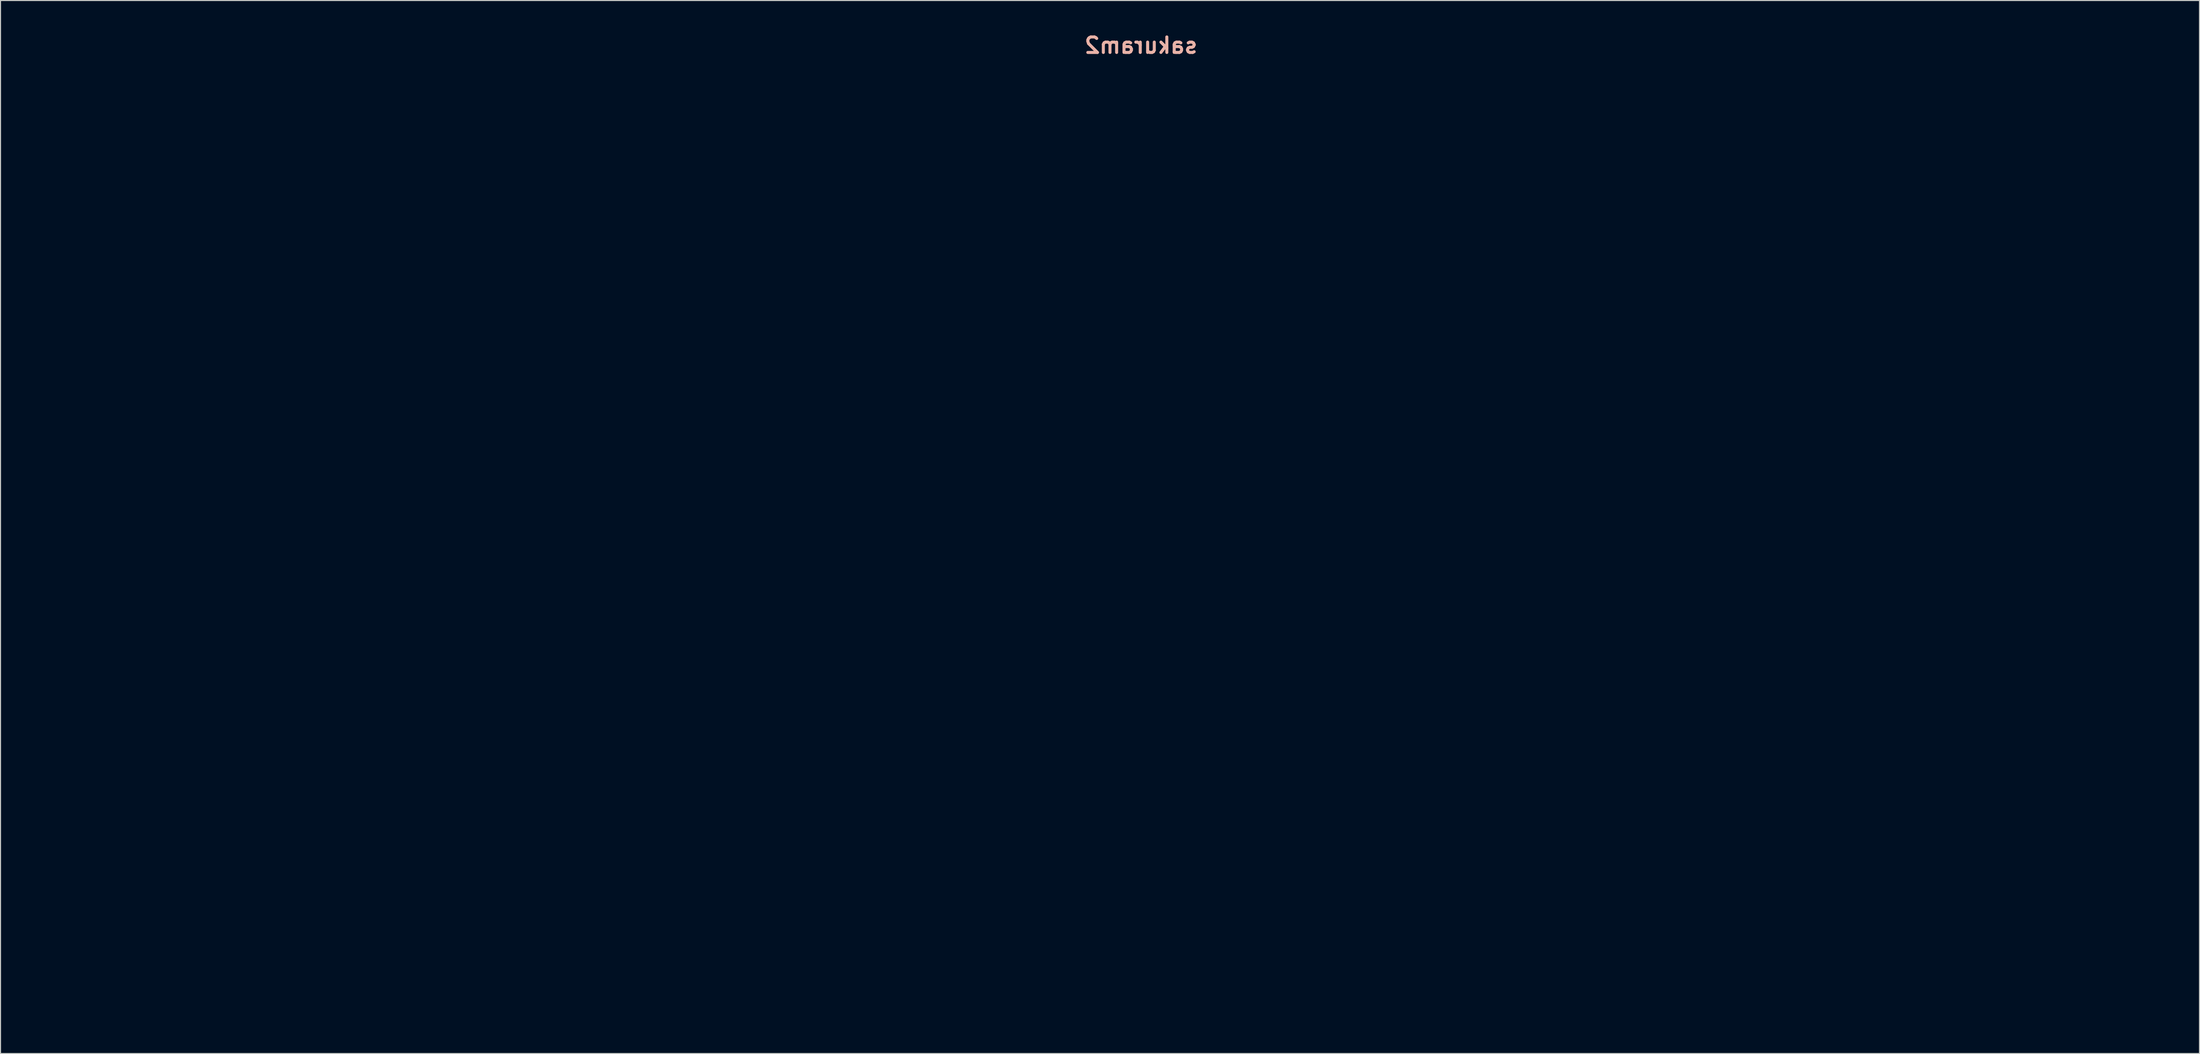
<source format=kicad_pcb>
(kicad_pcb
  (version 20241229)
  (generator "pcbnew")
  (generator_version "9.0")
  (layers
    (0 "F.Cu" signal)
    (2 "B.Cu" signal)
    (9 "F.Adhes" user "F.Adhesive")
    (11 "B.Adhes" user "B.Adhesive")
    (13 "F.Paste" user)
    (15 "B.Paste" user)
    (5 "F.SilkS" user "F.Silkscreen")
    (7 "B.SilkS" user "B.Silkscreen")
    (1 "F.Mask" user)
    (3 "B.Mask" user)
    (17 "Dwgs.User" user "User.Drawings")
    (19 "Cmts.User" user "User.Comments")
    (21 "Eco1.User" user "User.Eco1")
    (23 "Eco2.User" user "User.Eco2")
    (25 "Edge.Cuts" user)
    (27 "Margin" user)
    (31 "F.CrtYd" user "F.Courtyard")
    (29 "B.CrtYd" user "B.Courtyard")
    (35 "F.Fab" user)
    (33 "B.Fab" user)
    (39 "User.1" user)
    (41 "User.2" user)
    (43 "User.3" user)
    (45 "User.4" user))
  (footprint "sakuram2"
    (layer "F.Cu")
    (at 117.997 40.788)
    (property "Reference" "sakuram2" (at -8.89 -39.37 180) (layer "B.SilkS") (effects (font (size 1.524 1.524) (thickness 0.3)) (justify mirror)))
    (attr through_hole)
    (fp_poly (pts (xy -72.125 38.126) (xy -71.993 38.259) (xy -71.861 38.126) (xy -71.993 37.994) (xy -72.125 38.126)) (stroke (width 0.01) (type solid)) (fill yes) (layer "B.Mask"))
    (fp_poly (pts (xy -34.025 22.781) (xy -33.893 22.913) (xy -33.761 22.781) (xy -33.893 22.648) (xy -34.025 22.781)) (stroke (width 0.01) (type solid)) (fill yes) (layer "B.Mask"))
    (fp_poly (pts (xy 19.685 13.785) (xy 19.817 13.917) (xy 19.95 13.785) (xy 19.817 13.652) (xy 19.685 13.785)) (stroke (width 0.01) (type solid)) (fill yes) (layer "B.Mask"))
    (fp_poly (pts (xy 21.008 17.489) (xy 21.14 17.621) (xy 21.273 17.489) (xy 21.14 17.357) (xy 21.008 17.489)) (stroke (width 0.01) (type solid)) (fill yes) (layer "B.Mask"))
    (fp_poly (pts (xy 47.731 12.462) (xy 47.863 12.594) (xy 47.995 12.462) (xy 47.863 12.33) (xy 47.731 12.462)) (stroke (width 0.01) (type solid)) (fill yes) (layer "B.Mask"))
    (fp_poly (pts (xy 59.373 -2.619) (xy 59.505 -2.487) (xy 59.637 -2.619) (xy 59.505 -2.752) (xy 59.373 -2.619)) (stroke (width 0.01) (type solid)) (fill yes) (layer "B.Mask"))
    (fp_poly (pts (xy -34.731 23.266) (xy -34.695 23.423) (xy -34.555 23.442) (xy -34.337 23.345) (xy -34.378 23.266) (xy -34.692 23.234) (xy -34.731 23.266)) (stroke (width 0.01) (type solid)) (fill yes) (layer "B.Mask"))
    (fp_poly (pts (xy 20.038 14.534) (xy 20.074 14.692) (xy 20.214 14.711) (xy 20.432 14.614) (xy 20.391 14.534) (xy 20.077 14.503) (xy 20.038 14.534)) (stroke (width 0.01) (type solid)) (fill yes) (layer "B.Mask"))
    (fp_poly (pts (xy 58.402 -3.193) (xy 58.439 -3.035) (xy 58.579 -3.016) (xy 58.797 -3.113) (xy 58.755 -3.193) (xy 58.441 -3.224) (xy 58.402 -3.193)) (stroke (width 0.01) (type solid)) (fill yes) (layer "B.Mask"))
    (fp_poly (pts (xy 91.321 30.94) (xy 91.288 31.036) (xy 91.652 31.073) (xy 92.027 31.032) (xy 91.982 30.94) (xy 91.441 30.905) (xy 91.321 30.94)) (stroke (width 0.01) (type solid)) (fill yes) (layer "B.Mask"))
    (fp_poly (pts (xy -76.54 11.442) (xy -76.491 11.536) (xy -76.242 11.789) (xy -76.195 11.8) (xy -76.177 11.63) (xy -76.226 11.536) (xy -76.476 11.283) (xy -76.522 11.271) (xy -76.54 11.442)) (stroke (width 0.01) (type solid)) (fill yes) (layer "B.Mask"))
    (fp_poly (pts (xy -57.044 35.481) (xy -57.297 35.718) (xy -57.309 35.761) (xy -57.104 35.874) (xy -57.044 35.877) (xy -56.79 35.674) (xy -56.78 35.597) (xy -56.942 35.439) (xy -57.044 35.481)) (stroke (width 0.01) (type solid)) (fill yes) (layer "B.Mask"))
    (fp_poly (pts (xy -36.581 22.547) (xy -36.539 22.648) (xy -36.188 22.903) (xy -36.111 22.913) (xy -35.967 22.75) (xy -36.01 22.648) (xy -36.36 22.394) (xy -36.438 22.384) (xy -36.581 22.547)) (stroke (width 0.01) (type solid)) (fill yes) (layer "B.Mask"))
    (fp_poly (pts (xy -33.066 24.463) (xy -32.695 24.843) (xy -32.308 25.113) (xy -32.177 25.001) (xy -32.173 24.923) (xy -32.388 24.525) (xy -32.608 24.39) (xy -33.054 24.287) (xy -33.066 24.463)) (stroke (width 0.01) (type solid)) (fill yes) (layer "B.Mask"))
    (fp_poly (pts (xy -26.166 56.488) (xy -26.237 56.696) (xy -25.849 56.77) (xy -25.678 56.772) (xy -25.176 56.743) (xy -25.148 56.635) (xy -25.386 56.48) (xy -25.904 56.336) (xy -26.166 56.488)) (stroke (width 0.01) (type solid)) (fill yes) (layer "B.Mask"))
    (fp_poly (pts (xy 18.168 12.719) (xy 18.098 12.859) (xy 18.138 13.09) (xy 18.367 13.021) (xy 18.627 12.859) (xy 18.87 12.654) (xy 18.62 12.599) (xy 18.561 12.598) (xy 18.168 12.719)) (stroke (width 0.01) (type solid)) (fill yes) (layer "B.Mask"))
    (fp_poly (pts (xy 44.858 49.034) (xy 44.82 49.223) (xy 44.959 49.585) (xy 45.085 49.636) (xy 45.342 49.446) (xy 45.35 49.387) (xy 45.157 49.029) (xy 45.085 48.974) (xy 44.858 49.034)) (stroke (width 0.01) (type solid)) (fill yes) (layer "B.Mask"))
    (fp_poly (pts (xy 55.599 14.759) (xy 55.663 14.837) (xy 56.036 15.204) (xy 56.189 15.119) (xy 56.197 15.004) (xy 55.985 14.72) (xy 55.763 14.601) (xy 55.478 14.533) (xy 55.599 14.759)) (stroke (width 0.01) (type solid)) (fill yes) (layer "B.Mask"))
    (fp_poly (pts (xy 75.619 -13.207) (xy 75.644 -13.07) (xy 75.983 -12.816) (xy 76.057 -12.806) (xy 76.299 -13.008) (xy 76.306 -13.07) (xy 76.09 -13.303) (xy 75.893 -13.335) (xy 75.619 -13.207)) (stroke (width 0.01) (type solid)) (fill yes) (layer "B.Mask"))
    (fp_poly (pts (xy -110.89 1.884) (xy -111.019 2.143) (xy -110.809 2.444) (xy -110.351 2.544) (xy -109.907 2.395) (xy -109.873 2.364) (xy -109.702 1.996) (xy -110.007 1.78) (xy -110.358 1.746) (xy -110.89 1.884)) (stroke (width 0.01) (type solid)) (fill yes) (layer "B.Mask"))
    (fp_poly (pts (xy 24.554 50.012) (xy 24.315 50.062) (xy 23.63 50.244) (xy 23.415 50.37) (xy 23.693 50.425) (xy 23.808 50.426) (xy 24.456 50.284) (xy 24.712 50.153) (xy 24.861 49.995) (xy 24.554 50.012)) (stroke (width 0.01) (type solid)) (fill yes) (layer "B.Mask"))
    (fp_poly (pts (xy -58.372 39.45) (xy -58.564 39.653) (xy -58.559 39.674) (xy -58.244 39.929) (xy -57.681 40.067) (xy -57.144 40.04) (xy -56.968 39.947) (xy -56.793 39.632) (xy -57.073 39.456) (xy -57.719 39.395) (xy -58.372 39.45)) (stroke (width 0.01) (type solid)) (fill yes) (layer "B.Mask"))
    (fp_poly (pts (xy 61.856 15.85) (xy 61.497 15.904) (xy 60.804 16.069) (xy 60.343 16.283) (xy 60.32 16.303) (xy 60.163 16.472) (xy 60.211 16.514) (xy 60.559 16.413) (xy 61.306 16.153) (xy 61.357 16.135) (xy 61.998 15.906) (xy 62.158 15.821) (xy 61.856 15.85)) (stroke (width 0.01) (type solid)) (fill yes) (layer "B.Mask"))
    (fp_poly (pts (xy -23.259 55.787) (xy -23.73 56.014) (xy -23.811 56.14) (xy -23.951 56.562) (xy -23.971 56.669) (xy -23.732 56.73) (xy -23.114 56.77) (xy -22.516 56.78) (xy -21.614 56.738) (xy -21.158 56.599) (xy -21.061 56.414) (xy -21.29 56.063) (xy -21.855 55.829) (xy -22.573 55.731) (xy -23.259 55.787)) (stroke (width 0.01) (type solid)) (fill yes) (layer "B.Mask"))
    (fp_poly (pts (xy 66.524 31.151) (xy 66.077 31.185) (xy 66.141 31.238) (xy 66.454 31.302) (xy 67.054 31.418) (xy 66.521 32.096) (xy 66.063 32.897) (xy 66.078 33.63) (xy 66.399 34.231) (xy 66.906 34.727) (xy 67.454 34.724) (xy 67.905 34.451) (xy 68.275 33.84) (xy 68.368 33.019) (xy 68.169 32.025) (xy 67.602 31.385) (xy 66.712 31.148) (xy 66.524 31.151)) (stroke (width 0.01) (type solid)) (fill yes) (layer "B.Mask"))
    (fp_poly (pts (xy 67.773 -13.312) (xy 66.543 -13.286) (xy 65.83 -13.233) (xy 65.623 -13.151) (xy 65.782 -13.072) (xy 66.428 -12.77) (xy 67.204 -12.264) (xy 67.496 -12.037) (xy 68.219 -11.477) (xy 68.663 -11.259) (xy 68.928 -11.357) (xy 69.074 -11.635) (xy 69.431 -12.048) (xy 69.86 -12.29) (xy 70.335 -12.614) (xy 70.485 -12.932) (xy 70.405 -13.116) (xy 70.107 -13.234) (xy 69.503 -13.296) (xy 68.505 -13.315) (xy 67.773 -13.312)) (stroke (width 0.01) (type solid)) (fill yes) (layer "B.Mask"))
    (fp_poly (pts (xy -30.325 43.606) (xy -30.819 43.768) (xy -30.881 43.881) (xy -30.842 44.788) (xy -30.595 45.506) (xy -30.528 45.601) (xy -30.074 45.857) (xy -29.464 45.922) (xy -28.97 45.781) (xy -28.877 45.685) (xy -28.538 45.556) (xy -27.916 45.57) (xy -27.835 45.582) (xy -27.24 45.64) (xy -26.968 45.461) (xy -26.851 44.909) (xy -26.837 44.787) (xy -26.82 44.227) (xy -26.986 43.868) (xy -27.423 43.665) (xy -28.22 43.575) (xy -29.329 43.554) (xy -30.325 43.606)) (stroke (width 0.01) (type solid)) (fill yes) (layer "B.Mask"))
    (fp_poly (pts (xy 57.968 -1.825) (xy 57.713 -1.446) (xy 57.45 -1.07) (xy 57.02 -1.08) (xy 56.586 -1.087) (xy 56.462 -0.709) (xy 56.462 -0.666) (xy 56.637 -0.2) (xy 56.97 -0.106) (xy 57.601 -0.033) (xy 57.847 0.036) (xy 58.294 -0.016) (xy 58.871 -0.336) (xy 58.903 -0.361) (xy 59.459 -0.734) (xy 59.866 -0.899) (xy 59.877 -0.9) (xy 60.16 -1.015) (xy 60.043 -1.288) (xy 59.581 -1.609) (xy 59.492 -1.651) (xy 58.581 -1.932) (xy 57.968 -1.825)) (stroke (width 0.01) (type solid)) (fill yes) (layer "B.Mask"))
    (fp_poly (pts (xy -100.734 2.09) (xy -101.046 2.225) (xy -101.518 2.458) (xy -102.194 2.657) (xy -103.122 3.019) (xy -103.637 3.588) (xy -103.688 4.299) (xy -103.642 4.441) (xy -103.092 5.225) (xy -102.236 5.756) (xy -101.252 5.967) (xy -100.317 5.794) (xy -100.171 5.719) (xy -99.557 5.432) (xy -99.311 5.346) (xy -98.955 5.006) (xy -98.857 4.454) (xy -99.023 3.944) (xy -99.256 3.763) (xy -99.562 3.38) (xy -99.587 2.875) (xy -99.618 2.32) (xy -99.95 2.088) (xy -100.12 2.057) (xy -100.734 2.09)) (stroke (width 0.01) (type solid)) (fill yes) (layer "B.Mask"))
    (fp_poly (pts (xy -21.827 40.273) (xy -22.251 40.479) (xy -22.609 40.835) (xy -22.557 41.22) (xy -22.426 41.452) (xy -22.212 41.864) (xy -22.363 41.947) (xy -22.693 41.876) (xy -23.317 41.836) (xy -23.662 41.935) (xy -23.696 42.1) (xy -23.32 42.243) (xy -22.654 42.354) (xy -21.817 42.422) (xy -20.929 42.436) (xy -20.11 42.385) (xy -19.617 42.299) (xy -18.956 42.044) (xy -18.395 41.688) (xy -18.073 41.337) (xy -18.082 41.132) (xy -18.46 40.946) (xy -19.151 40.739) (xy -19.484 40.662) (xy -20.332 40.473) (xy -21.033 40.297) (xy -21.193 40.25) (xy -21.827 40.273)) (stroke (width 0.01) (type solid)) (fill yes) (layer "B.Mask"))
    (fp_poly (pts (xy -108.195 1.877) (xy -109.105 2.548) (xy -109.424 2.819) (xy -110.17 3.495) (xy -110.73 4.051) (xy -111.006 4.391) (xy -111.019 4.432) (xy -110.794 4.604) (xy -110.391 4.657) (xy -109.9 4.788) (xy -109.644 5.273) (xy -109.604 5.45) (xy -109.396 5.995) (xy -109.115 6.209) (xy -109.108 6.208) (xy -108.593 6.139) (xy -108.109 6.065) (xy -106.734 5.834) (xy -105.801 5.647) (xy -105.23 5.466) (xy -104.941 5.256) (xy -104.853 4.981) (xy -104.883 4.619) (xy -105.211 3.836) (xy -105.866 3.295) (xy -106.472 2.827) (xy -106.841 2.337) (xy -106.865 2.267) (xy -107.121 1.747) (xy -107.549 1.614) (xy -108.195 1.877)) (stroke (width 0.01) (type solid)) (fill yes) (layer "B.Mask"))
    (fp_poly (pts (xy 25.243 28.103) (xy 25 28.309) (xy 24.539 28.611) (xy 23.841 28.838) (xy 23.803 28.845) (xy 22.981 29.099) (xy 22.552 29.443) (xy 22.566 29.815) (xy 22.868 30.061) (xy 23.564 30.238) (xy 24.141 30.207) (xy 24.844 30.049) (xy 24.108 30.61) (xy 23.631 31.119) (xy 23.609 31.516) (xy 23.974 31.771) (xy 24.658 31.853) (xy 25.593 31.731) (xy 26.211 31.559) (xy 26.749 31.319) (xy 27.014 30.946) (xy 27.129 30.254) (xy 27.139 30.141) (xy 27.159 29.449) (xy 27.103 29.043) (xy 27.06 28.998) (xy 26.865 28.779) (xy 26.752 28.469) (xy 26.417 28.066) (xy 25.84 27.937) (xy 25.243 28.103)) (stroke (width 0.01) (type solid)) (fill yes) (layer "B.Mask"))
    (fp_poly (pts (xy 29.412 14.264) (xy 29.341 14.455) (xy 29.377 14.575) (xy 29.339 14.974) (xy 28.98 15.154) (xy 28.593 15.372) (xy 28.435 15.856) (xy 28.416 16.301) (xy 28.553 17.12) (xy 28.938 17.492) (xy 29.537 17.394) (xy 29.815 17.227) (xy 30.237 16.998) (xy 30.593 17.078) (xy 31.051 17.459) (xy 31.971 18.062) (xy 32.898 18.224) (xy 33.718 17.928) (xy 33.783 17.878) (xy 34.152 17.51) (xy 34.217 17.117) (xy 34.035 16.504) (xy 33.814 15.788) (xy 33.709 15.24) (xy 33.708 15.199) (xy 33.457 14.832) (xy 32.754 14.527) (xy 31.674 14.308) (xy 30.6 14.212) (xy 29.796 14.193) (xy 29.412 14.264)) (stroke (width 0.01) (type solid)) (fill yes) (layer "B.Mask"))
    (fp_poly (pts (xy -54.823 21.397) (xy -54.698 21.543) (xy -54.219 21.711) (xy -53.485 21.895) (xy -54.14 22.407) (xy -54.573 22.778) (xy -54.612 23.017) (xy -54.287 23.309) (xy -54.282 23.313) (xy -53.613 23.63) (xy -53.149 23.707) (xy -52.589 23.887) (xy -52.365 24.17) (xy -51.911 24.931) (xy -51.267 25.417) (xy -50.567 25.584) (xy -49.945 25.39) (xy -49.636 25.03) (xy -49.256 24.608) (xy -48.965 24.5) (xy -48.659 24.298) (xy -48.589 23.82) (xy -48.743 23.261) (xy -49.041 22.872) (xy -49.449 22.671) (xy -50.206 22.41) (xy -51.182 22.123) (xy -52.248 21.843) (xy -53.274 21.602) (xy -54.13 21.434) (xy -54.687 21.371) (xy -54.823 21.397)) (stroke (width 0.01) (type solid)) (fill yes) (layer "B.Mask"))
    (fp_poly (pts (xy -24.921 11.538) (xy -25.633 11.803) (xy -25.877 11.997) (xy -26.045 12.367) (xy -25.765 12.705) (xy -25.729 12.732) (xy -25.406 13.018) (xy -25.521 13.217) (xy -25.71 13.33) (xy -26.004 13.666) (xy -25.86 13.989) (xy -25.354 14.172) (xy -25.177 14.182) (xy -24.495 14.305) (xy -23.803 14.577) (xy -23.033 14.908) (xy -22.501 14.91) (xy -22.028 14.582) (xy -22.006 14.56) (xy -21.668 14.063) (xy -21.59 13.766) (xy -21.376 13.436) (xy -21.175 13.388) (xy -20.836 13.224) (xy -20.805 12.847) (xy -21.026 12.429) (xy -21.444 12.141) (xy -21.59 12.107) (xy -22.281 11.888) (xy -22.67 11.643) (xy -23.222 11.434) (xy -24.045 11.408) (xy -24.921 11.538)) (stroke (width 0.01) (type solid)) (fill yes) (layer "B.Mask"))
    (fp_poly (pts (xy -39.233 24.042) (xy -39.081 24.333) (xy -39.055 24.365) (xy -38.85 24.88) (xy -38.879 25.151) (xy -38.85 25.685) (xy -38.417 26.116) (xy -37.705 26.364) (xy -37.002 26.372) (xy -36.71 26.419) (xy -36.763 26.734) (xy -36.99 27.135) (xy -37.161 27.603) (xy -36.94 28.049) (xy -36.838 28.167) (xy -36.524 28.553) (xy -36.578 28.726) (xy -36.85 28.812) (xy -36.895 28.882) (xy -36.501 28.929) (xy -36.01 28.942) (xy -35.095 28.876) (xy -34.308 28.705) (xy -34.064 28.604) (xy -33.442 28.261) (xy -34.332 27.637) (xy -35.291 26.942) (xy -36.269 26.193) (xy -37.172 25.466) (xy -37.91 24.837) (xy -38.389 24.383) (xy -38.523 24.193) (xy -38.74 24.001) (xy -38.953 23.971) (xy -39.233 24.042)) (stroke (width 0.01) (type solid)) (fill yes) (layer "B.Mask"))
    (fp_poly (pts (xy 33.061 49.662) (xy 33.013 49.759) (xy 32.648 50.174) (xy 31.921 50.663) (xy 30.974 51.151) (xy 29.952 51.562) (xy 29.15 51.79) (xy 28.285 52.025) (xy 27.808 52.247) (xy 27.744 52.41) (xy 28.124 52.468) (xy 28.782 52.405) (xy 30.097 52.382) (xy 31.065 52.649) (xy 31.726 52.904) (xy 32.136 53.044) (xy 32.192 53.055) (xy 32.454 52.952) (xy 32.583 52.9) (xy 32.84 52.562) (xy 32.914 52.134) (xy 32.984 51.695) (xy 33.3 51.595) (xy 33.657 51.65) (xy 34.42 51.619) (xy 34.745 51.382) (xy 34.959 50.846) (xy 34.818 50.371) (xy 34.382 50.165) (xy 34.378 50.165) (xy 34.022 49.957) (xy 33.972 49.768) (xy 33.792 49.438) (xy 33.408 49.402) (xy 33.061 49.662)) (stroke (width 0.01) (type solid)) (fill yes) (layer "B.Mask"))
    (fp_poly (pts (xy -18.108 43.358) (xy -18.553 43.515) (xy -19.453 43.612) (xy -20.837 43.652) (xy -21.831 43.65) (xy -23.07 43.653) (xy -23.994 43.684) (xy -24.537 43.74) (xy -24.628 43.816) (xy -24.601 43.828) (xy -24.11 44.231) (xy -23.869 44.716) (xy -23.533 45.279) (xy -22.969 45.605) (xy -22.336 45.683) (xy -21.788 45.505) (xy -21.484 45.061) (xy -21.463 44.86) (xy -21.446 44.5) (xy -21.325 44.427) (xy -21.009 44.672) (xy -20.471 45.198) (xy -19.812 45.829) (xy -19.373 46.121) (xy -19.016 46.119) (xy -18.6 45.87) (xy -18.557 45.839) (xy -18.195 45.303) (xy -18.217 44.913) (xy -18.227 44.465) (xy -17.889 44.344) (xy -17.405 44.151) (xy -17.239 43.719) (xy -17.424 43.324) (xy -17.803 43.183) (xy -18.108 43.358)) (stroke (width 0.01) (type solid)) (fill yes) (layer "B.Mask"))
    (fp_poly (pts (xy -27.597 4.281) (xy -27.711 4.367) (xy -28.346 4.694) (xy -29.206 4.74) (xy -29.43 4.718) (xy -30.146 4.667) (xy -30.51 4.779) (xy -30.692 5.134) (xy -30.744 5.325) (xy -30.785 6.041) (xy -30.641 6.518) (xy -30.475 7.134) (xy -30.511 7.576) (xy -30.57 7.934) (xy -30.417 8.087) (xy -29.93 8.087) (xy -29.436 8.035) (xy -28.715 7.998) (xy -28.272 8.061) (xy -28.205 8.129) (xy -27.987 8.299) (xy -27.503 8.357) (xy -27.004 8.294) (xy -26.793 8.184) (xy -26.64 7.794) (xy -26.617 7.541) (xy -26.386 7.124) (xy -26.022 6.99) (xy -25.518 6.729) (xy -25.324 6.266) (xy -25.472 5.804) (xy -25.808 5.588) (xy -26.268 5.197) (xy -26.352 4.799) (xy -26.524 4.213) (xy -26.973 4.029) (xy -27.597 4.281)) (stroke (width 0.01) (type solid)) (fill yes) (layer "B.Mask"))
    (fp_poly (pts (xy -19.441 34.628) (xy -19.71 35.097) (xy -19.738 35.269) (xy -19.956 35.557) (xy -20.217 35.613) (xy -20.811 35.765) (xy -21.197 35.98) (xy -21.474 36.225) (xy -21.493 36.479) (xy -21.217 36.885) (xy -20.85 37.312) (xy -20.35 37.955) (xy -20.046 38.488) (xy -20.003 38.656) (xy -19.782 39.064) (xy -19.27 39.426) (xy -18.697 39.582) (xy -18.426 39.379) (xy -18.415 39.3) (xy -18.19 39.122) (xy -17.687 39.101) (xy -17.188 39.07) (xy -16.729 38.784) (xy -16.169 38.147) (xy -16.065 38.013) (xy -15.508 37.135) (xy -15.4 36.52) (xy -15.751 36.132) (xy -16.572 35.937) (xy -16.685 35.926) (xy -17.459 35.754) (xy -17.799 35.387) (xy -17.805 35.363) (xy -18.129 34.869) (xy -18.671 34.551) (xy -19.218 34.506) (xy -19.441 34.628)) (stroke (width 0.01) (type solid)) (fill yes) (layer "B.Mask"))
    (fp_poly (pts (xy -21.44 14.841) (xy -21.868 15.074) (xy -22.586 15.385) (xy -23.23 15.495) (xy -23.249 15.494) (xy -23.858 15.467) (xy -24.141 15.475) (xy -24.435 15.73) (xy -24.624 16.268) (xy -24.654 16.845) (xy -24.519 17.18) (xy -24.424 17.558) (xy -24.657 17.913) (xy -24.927 18.401) (xy -24.777 18.922) (xy -24.295 19.397) (xy -23.67 19.386) (xy -23.148 19.05) (xy -22.761 18.775) (xy -22.402 18.84) (xy -22.076 19.05) (xy -21.337 19.378) (xy -20.737 19.473) (xy -20.24 19.414) (xy -20.038 19.128) (xy -20.003 18.563) (xy -19.931 17.903) (xy -19.757 17.504) (xy -19.734 17.486) (xy -19.573 17.199) (xy -19.806 16.928) (xy -20.24 16.827) (xy -20.574 16.689) (xy -20.724 16.196) (xy -20.747 15.864) (xy -20.819 15.081) (xy -21.02 14.762) (xy -21.44 14.841)) (stroke (width 0.01) (type solid)) (fill yes) (layer "B.Mask"))
    (fp_poly (pts (xy -28.034 39.427) (xy -28.204 39.913) (xy -28.205 39.934) (xy -28.274 40.525) (xy -28.539 40.708) (xy -29.088 40.512) (xy -29.42 40.326) (xy -30.264 39.966) (xy -30.831 40.031) (xy -31.097 40.516) (xy -31.115 40.764) (xy -31.222 41.273) (xy -31.642 41.431) (xy -31.761 41.434) (xy -32.337 41.532) (xy -32.575 41.759) (xy -32.396 42.013) (xy -32.268 42.073) (xy -31.84 42.144) (xy -31.009 42.212) (xy -29.9 42.268) (xy -28.81 42.3) (xy -27.433 42.315) (xy -26.469 42.286) (xy -25.803 42.199) (xy -25.318 42.041) (xy -25.01 41.872) (xy -24.49 41.485) (xy -24.24 41.187) (xy -24.236 41.162) (xy -24.47 40.693) (xy -25.053 40.307) (xy -25.803 40.116) (xy -25.942 40.111) (xy -26.647 39.997) (xy -27.138 39.723) (xy -27.146 39.714) (xy -27.636 39.351) (xy -28.034 39.427)) (stroke (width 0.01) (type solid)) (fill yes) (layer "B.Mask"))
    (fp_poly (pts (xy -114.436 -5.849) (xy -114.961 -5.521) (xy -115.065 -5.396) (xy -115.472 -5.03) (xy -116.066 -4.997) (xy -116.271 -5.032) (xy -116.847 -5.101) (xy -117.073 -4.936) (xy -117.105 -4.637) (xy -117.285 -4.04) (xy -117.651 -3.528) (xy -117.992 -2.969) (xy -117.865 -2.53) (xy -117.33 -2.285) (xy -116.654 -2.279) (xy -116.066 -2.317) (xy -115.866 -2.142) (xy -115.922 -1.611) (xy -115.941 -1.508) (xy -116.004 -0.931) (xy -115.836 -0.69) (xy -115.33 -0.719) (xy -114.857 -0.83) (xy -114.259 -1.092) (xy -113.697 -1.461) (xy -113.129 -1.819) (xy -112.703 -1.958) (xy -112.405 -2.177) (xy -112.342 -2.459) (xy -112.158 -2.952) (xy -111.945 -3.112) (xy -111.575 -3.457) (xy -111.606 -3.94) (xy -111.996 -4.41) (xy -112.342 -4.604) (xy -112.947 -5.007) (xy -113.136 -5.43) (xy -113.341 -5.806) (xy -113.835 -5.944) (xy -114.436 -5.849)) (stroke (width 0.01) (type solid)) (fill yes) (layer "B.Mask"))
    (fp_poly (pts (xy -94.564 7.385) (xy -94.639 7.463) (xy -94.843 7.845) (xy -94.613 8.163) (xy -94.513 8.239) (xy -94.195 8.523) (xy -94.301 8.743) (xy -94.589 8.935) (xy -95.059 9.374) (xy -95.076 9.745) (xy -94.651 9.94) (xy -94.489 9.948) (xy -93.824 10.086) (xy -93.061 10.422) (xy -92.968 10.477) (xy -92.179 10.814) (xy -91.29 10.987) (xy -90.466 10.988) (xy -89.869 10.813) (xy -89.682 10.606) (xy -89.616 10.02) (xy -89.666 9.68) (xy -89.649 9.246) (xy -89.472 9.155) (xy -89.072 8.992) (xy -88.668 8.622) (xy -88.421 8.224) (xy -88.441 8.009) (xy -88.838 7.847) (xy -89.016 7.832) (xy -89.51 7.665) (xy -89.909 7.384) (xy -90.301 7.098) (xy -90.67 7.121) (xy -91.122 7.361) (xy -91.683 7.629) (xy -92.087 7.581) (xy -92.353 7.412) (xy -93.107 7.095) (xy -93.92 7.087) (xy -94.564 7.385)) (stroke (width 0.01) (type solid)) (fill yes) (layer "B.Mask"))
    (fp_poly (pts (xy -12.962 15.52) (xy -12.991 15.543) (xy -13.973 16.044) (xy -15.398 16.326) (xy -16.298 16.387) (xy -17.029 16.439) (xy -17.367 16.583) (xy -17.45 16.912) (xy -17.439 17.158) (xy -17.519 17.743) (xy -17.778 17.886) (xy -18.203 18.092) (xy -18.347 18.564) (xy -18.148 19.08) (xy -17.639 19.391) (xy -17.178 19.473) (xy -16.635 19.634) (xy -16.284 20.196) (xy -16.259 20.267) (xy -15.99 20.793) (xy -15.591 21.001) (xy -14.947 20.907) (xy -14.116 20.602) (xy -13.493 20.296) (xy -13.148 20.027) (xy -13.123 19.967) (xy -12.904 19.768) (xy -12.66 19.729) (xy -12.128 19.559) (xy -11.545 19.168) (xy -11.112 18.714) (xy -11.007 18.444) (xy -11.222 18.164) (xy -11.766 17.785) (xy -12.065 17.621) (xy -12.853 17.04) (xy -13.148 16.378) (xy -12.934 15.68) (xy -12.793 15.498) (xy -12.69 15.336) (xy -12.962 15.52)) (stroke (width 0.01) (type solid)) (fill yes) (layer "B.Mask"))
    (fp_poly (pts (xy 17.445 -13.316) (xy 17.023 -13.233) (xy 16.916 -13.051) (xy 16.96 -12.872) (xy 17.05 -12.565) (xy 16.905 -12.613) (xy 16.6 -12.872) (xy 15.842 -13.228) (xy 14.902 -13.327) (xy 14.221 -13.301) (xy 14.005 -13.219) (xy 14.189 -13.054) (xy 14.217 -13.037) (xy 14.533 -12.807) (xy 14.479 -12.569) (xy 14.151 -12.241) (xy 13.655 -11.647) (xy 13.635 -11.26) (xy 14.071 -11.101) (xy 14.945 -11.194) (xy 15.06 -11.22) (xy 15.957 -11.321) (xy 16.466 -11.145) (xy 16.964 -10.851) (xy 17.675 -10.55) (xy 17.731 -10.53) (xy 18.325 -10.353) (xy 18.573 -10.418) (xy 18.626 -10.781) (xy 18.627 -10.861) (xy 18.776 -11.413) (xy 19.03 -11.654) (xy 19.29 -11.857) (xy 19.106 -12.204) (xy 18.936 -12.569) (xy 19.2 -12.904) (xy 19.283 -12.967) (xy 19.513 -13.173) (xy 19.429 -13.284) (xy 18.954 -13.328) (xy 18.289 -13.335) (xy 17.445 -13.316)) (stroke (width 0.01) (type solid)) (fill yes) (layer "B.Mask"))
    (fp_poly (pts (xy 43.237 11.227) (xy 42.499 11.702) (xy 42.176 12.193) (xy 41.867 12.675) (xy 41.319 12.849) (xy 41.041 12.859) (xy 40.262 12.975) (xy 39.645 13.251) (xy 39.307 13.575) (xy 39.394 13.808) (xy 39.529 13.908) (xy 40.144 14.147) (xy 40.406 14.178) (xy 40.76 14.327) (xy 40.748 14.645) (xy 40.808 15.274) (xy 41.282 15.876) (xy 42.06 16.356) (xy 43.029 16.62) (xy 43.054 16.623) (xy 43.803 16.687) (xy 44.167 16.619) (xy 44.283 16.367) (xy 44.291 16.143) (xy 44.527 15.507) (xy 45.173 15.097) (xy 45.978 14.975) (xy 46.548 14.876) (xy 46.812 14.699) (xy 46.819 14.277) (xy 46.458 13.885) (xy 45.878 13.664) (xy 45.706 13.652) (xy 45.069 13.652) (xy 45.652 12.864) (xy 46.019 12.326) (xy 46.077 11.992) (xy 45.845 11.645) (xy 45.751 11.541) (xy 45.045 11.113) (xy 44.146 11.019) (xy 43.237 11.227)) (stroke (width 0.01) (type solid)) (fill yes) (layer "B.Mask"))
    (fp_poly (pts (xy -8.377 37.531) (xy -9.284 37.852) (xy -10.437 37.992) (xy -10.59 37.994) (xy -11.555 38.056) (xy -12.17 38.275) (xy -12.463 38.525) (xy -12.787 38.922) (xy -12.767 39.171) (xy -12.35 39.441) (xy -12.131 39.555) (xy -11.68 39.973) (xy -11.537 40.686) (xy -11.536 40.766) (xy -11.429 41.534) (xy -11.142 41.861) (xy -10.728 41.713) (xy -10.495 41.457) (xy -10.057 40.876) (xy -9.365 41.419) (xy -8.531 41.867) (xy -7.75 41.925) (xy -7.155 41.596) (xy -7.022 41.404) (xy -6.833 40.698) (xy -6.848 40.193) (xy -6.816 39.607) (xy -6.658 39.449) (xy -10.213 39.449) (xy -10.345 39.582) (xy -10.477 39.449) (xy -10.345 39.317) (xy -10.213 39.449) (xy -6.658 39.449) (xy -6.608 39.4) (xy -6.306 39.048) (xy -6.264 38.494) (xy -6.467 37.987) (xy -6.707 37.807) (xy -7.206 37.516) (xy -7.364 37.352) (xy -7.713 37.251) (xy -8.377 37.531)) (stroke (width 0.01) (type solid)) (fill yes) (layer "B.Mask"))
    (fp_poly (pts (xy 19.419 -7.887) (xy 19.001 -7.522) (xy 18.118 -6.881) (xy 17.402 -6.728) (xy 16.56 -6.575) (xy 16.149 -6.167) (xy 16.203 -5.549) (xy 16.371 -5.238) (xy 16.653 -4.646) (xy 16.544 -4.267) (xy 16.535 -4.258) (xy 16.213 -3.777) (xy 16.371 -3.487) (xy 16.983 -3.409) (xy 17.38 -3.446) (xy 18.211 -3.494) (xy 18.709 -3.328) (xy 18.868 -3.177) (xy 19.369 -2.897) (xy 20.141 -2.763) (xy 20.957 -2.784) (xy 21.593 -2.964) (xy 21.754 -3.091) (xy 21.883 -3.604) (xy 21.791 -3.819) (xy 21.561 -4.332) (xy 21.757 -4.566) (xy 22.148 -4.604) (xy 22.912 -4.771) (xy 23.449 -5.193) (xy 23.616 -5.751) (xy 23.606 -5.812) (xy 23.422 -6.155) (xy 22.962 -6.274) (xy 22.519 -6.265) (xy 21.874 -6.263) (xy 21.598 -6.432) (xy 21.537 -6.878) (xy 21.537 -6.94) (xy 21.359 -7.771) (xy 20.885 -8.219) (xy 20.208 -8.265) (xy 19.419 -7.887)) (stroke (width 0.01) (type solid)) (fill yes) (layer "B.Mask"))
    (fp_poly (pts (xy -104.881 -2.807) (xy -105.391 -2.388) (xy -106.002 -1.865) (xy -106.361 -1.672) (xy -106.588 -1.763) (xy -106.694 -1.908) (xy -106.953 -2.193) (xy -107.304 -2.159) (xy -107.674 -1.978) (xy -108.261 -1.539) (xy -108.335 -1.173) (xy -107.913 -0.944) (xy -107.401 -0.9) (xy -106.429 -0.9) (xy -107.05 -0.238) (xy -107.408 0.217) (xy -107.344 0.437) (xy -106.819 0.47) (xy -106.502 0.445) (xy -106.104 0.633) (xy -105.765 1.108) (xy -105.488 1.566) (xy -105.103 1.717) (xy -104.462 1.659) (xy -103.443 1.673) (xy -102.965 1.892) (xy -102.365 2.238) (xy -102.06 2.167) (xy -102.023 1.986) (xy -102.244 1.694) (xy -102.555 1.558) (xy -103.025 1.231) (xy -103.272 0.687) (xy -103.243 0.14) (xy -103 -0.146) (xy -102.343 -0.644) (xy -101.978 -1.172) (xy -101.928 -1.623) (xy -102.215 -1.888) (xy -102.637 -1.903) (xy -103.108 -2.004) (xy -103.343 -2.486) (xy -103.643 -3.068) (xy -104.152 -3.175) (xy -104.881 -2.807)) (stroke (width 0.01) (type solid)) (fill yes) (layer "B.Mask"))
    (fp_poly (pts (xy -90.136 1.022) (xy -90.524 1.333) (xy -90.788 1.861) (xy -91.118 2.475) (xy -91.531 2.719) (xy -92.018 2.745) (xy -92.632 2.814) (xy -92.964 3.013) (xy -92.969 3.027) (xy -93.284 3.283) (xy -93.579 3.334) (xy -93.964 3.482) (xy -94.085 4.002) (xy -94.086 4.07) (xy -93.846 4.819) (xy -93.147 5.352) (xy -92.02 5.654) (xy -91.002 5.718) (xy -89.758 5.818) (xy -88.725 6.159) (xy -88.304 6.38) (xy -87.578 6.772) (xy -87.105 6.986) (xy -86.945 7.007) (xy -87.159 6.819) (xy -87.537 6.573) (xy -88.113 6.153) (xy -88.204 5.871) (xy -87.816 5.664) (xy -87.633 5.614) (xy -86.995 5.271) (xy -86.801 4.754) (xy -87.084 4.188) (xy -87.22 4.064) (xy -87.824 3.713) (xy -88.289 3.598) (xy -88.618 3.531) (xy -88.606 3.231) (xy -88.49 2.956) (xy -88.326 2.194) (xy -88.369 1.633) (xy -88.578 1.164) (xy -89.003 0.977) (xy -89.474 0.952) (xy -90.136 1.022)) (stroke (width 0.01) (type solid)) (fill yes) (layer "B.Mask"))
    (fp_poly (pts (xy 30.482 28.916) (xy 30.067 29.156) (xy 29.609 29.742) (xy 29.501 30.596) (xy 29.732 31.602) (xy 30.289 32.645) (xy 30.472 32.89) (xy 30.957 33.539) (xy 31.267 34.024) (xy 31.327 34.175) (xy 31.486 34.51) (xy 31.765 34.864) (xy 32.002 35.233) (xy 31.897 35.348) (xy 31.608 35.527) (xy 31.591 35.613) (xy 31.837 35.784) (xy 32.529 35.83) (xy 33.599 35.75) (xy 34.105 35.684) (xy 34.876 35.441) (xy 35.428 35.101) (xy 36.027 34.643) (xy 36.77 34.166) (xy 36.828 34.132) (xy 37.436 33.68) (xy 37.631 33.196) (xy 37.622 32.996) (xy 37.36 32.271) (xy 36.817 31.987) (xy 36.012 32.15) (xy 35.568 32.372) (xy 34.802 32.79) (xy 34.401 32.919) (xy 34.279 32.746) (xy 34.351 32.259) (xy 34.363 32.204) (xy 34.416 31.651) (xy 34.165 31.344) (xy 33.722 31.16) (xy 33.138 30.854) (xy 32.928 30.375) (xy 32.914 30.089) (xy 32.731 29.204) (xy 32.222 28.7) (xy 31.452 28.597) (xy 30.482 28.916)) (stroke (width 0.01) (type solid)) (fill yes) (layer "B.Mask"))
    (fp_poly (pts (xy -10.207 29.434) (xy -10.473 29.656) (xy -10.897 29.901) (xy -11.438 29.84) (xy -11.712 29.745) (xy -12.529 29.56) (xy -13.066 29.689) (xy -13.241 30.104) (xy -13.214 30.269) (xy -13.271 30.73) (xy -13.631 30.922) (xy -14.106 31.172) (xy -14.082 31.519) (xy -13.57 31.928) (xy -13.189 32.12) (xy -12.548 32.469) (xy -12.29 32.831) (xy -12.283 33.314) (xy -12.227 33.985) (xy -11.973 34.55) (xy -11.615 34.808) (xy -11.57 34.809) (xy -11.237 34.706) (xy -10.64 34.466) (xy -10.544 34.425) (xy -9.873 33.977) (xy -9.684 33.525) (xy -9.568 33.157) (xy -9.134 32.972) (xy -8.692 32.917) (xy -8.033 32.814) (xy -7.753 32.577) (xy -7.699 32.173) (xy -7.799 31.681) (xy -8.169 31.575) (xy -8.229 31.582) (xy -9.066 31.679) (xy -9.861 31.748) (xy -10.505 31.785) (xy -10.893 31.784) (xy -10.919 31.741) (xy -10.742 31.697) (xy -10.154 31.535) (xy -9.87 31.247) (xy -9.756 30.658) (xy -9.735 30.387) (xy -9.723 29.609) (xy -9.866 29.305) (xy -10.207 29.434)) (stroke (width 0.01) (type solid)) (fill yes) (layer "B.Mask"))
    (fp_poly (pts (xy -46.812 23.267) (xy -47.364 23.521) (xy -47.443 23.955) (xy -47.301 24.255) (xy -47.099 24.721) (xy -47.296 25.051) (xy -47.5 25.204) (xy -47.925 25.704) (xy -48.048 26.133) (xy -47.994 26.465) (xy -47.736 26.585) (xy -47.136 26.539) (xy -46.913 26.507) (xy -46.169 26.435) (xy -45.71 26.564) (xy -45.307 26.978) (xy -45.186 27.138) (xy -44.578 27.679) (xy -43.849 27.958) (xy -43.188 27.923) (xy -42.933 27.764) (xy -42.775 27.332) (xy -42.788 26.738) (xy -42.956 26.279) (xy -43.021 26.22) (xy -43.292 25.911) (xy -43.092 25.672) (xy -42.479 25.561) (xy -42.36 25.559) (xy -41.722 25.5) (xy -41.464 25.268) (xy -41.434 25.03) (xy -41.532 24.599) (xy -41.667 24.5) (xy -41.74 24.437) (xy -42.871 24.437) (xy -43.131 24.48) (xy -43.475 24.431) (xy -43.479 24.341) (xy -43.125 24.277) (xy -42.972 24.32) (xy -42.871 24.437) (xy -41.74 24.437) (xy -41.919 24.282) (xy -42.029 24.012) (xy -42.385 23.653) (xy -43.203 23.386) (xy -44.422 23.225) (xy -45.77 23.182) (xy -46.812 23.267)) (stroke (width 0.01) (type solid)) (fill yes) (layer "B.Mask"))
    (fp_poly (pts (xy 41.163 36.897) (xy 40.964 37.319) (xy 40.624 37.943) (xy 40.143 38.398) (xy 39.761 38.699) (xy 39.596 39.059) (xy 39.6 39.655) (xy 39.665 40.197) (xy 39.873 41.293) (xy 40.156 41.886) (xy 40.537 42) (xy 41.039 41.658) (xy 41.056 41.641) (xy 41.526 41.266) (xy 41.857 41.291) (xy 41.96 41.378) (xy 42.381 41.602) (xy 42.925 41.694) (xy 43.367 41.639) (xy 43.498 41.487) (xy 43.332 41.135) (xy 43.18 40.957) (xy 43.039 40.712) (xy 43.363 40.64) (xy 43.412 40.64) (xy 44.029 40.452) (xy 44.302 40.23) (xy 44.498 39.837) (xy 44.271 39.449) (xy 44.214 39.391) (xy 43.901 39.142) (xy 43.547 39.108) (xy 42.961 39.289) (xy 42.692 39.393) (xy 41.994 39.643) (xy 41.575 39.673) (xy 41.229 39.473) (xy 41.043 39.305) (xy 40.752 38.932) (xy 40.902 38.799) (xy 41.455 38.919) (xy 41.778 39.039) (xy 42.437 39.057) (xy 42.77 38.848) (xy 43.173 38.264) (xy 43.161 37.722) (xy 42.809 37.363) (xy 42.19 37.327) (xy 41.996 37.387) (xy 41.682 37.421) (xy 41.723 37.114) (xy 41.72 36.739) (xy 41.51 36.671) (xy 41.163 36.897)) (stroke (width 0.01) (type solid)) (fill yes) (layer "B.Mask"))
    (fp_poly (pts (xy -47.782 15.857) (xy -48.145 16.156) (xy -48.9 16.649) (xy -49.62 16.827) (xy -50.398 16.997) (xy -50.97 17.313) (xy -51.57 17.798) (xy -50.934 18.252) (xy -50.506 18.589) (xy -50.487 18.815) (xy -50.826 19.105) (xy -51.499 19.373) (xy -52.012 19.382) (xy -52.459 19.316) (xy -52.428 19.426) (xy -52.16 19.631) (xy -51.623 19.845) (xy -50.843 19.968) (xy -50.013 19.994) (xy -49.324 19.916) (xy -48.974 19.738) (xy -48.648 19.475) (xy -48.389 19.671) (xy -48.313 20.092) (xy -48.07 20.719) (xy -47.639 21.018) (xy -47.071 21.245) (xy -46.65 21.246) (xy -46.088 21.012) (xy -45.985 20.962) (xy -45.537 20.566) (xy -45.49 20.228) (xy -45.401 19.86) (xy -44.852 19.641) (xy -44.842 19.639) (xy -44.248 19.388) (xy -44.08 18.942) (xy -44.238 18.436) (xy -44.419 18.283) (xy -47.255 18.283) (xy -47.387 18.415) (xy -47.519 18.283) (xy -47.387 18.15) (xy -47.255 18.283) (xy -44.419 18.283) (xy -44.45 18.256) (xy -44.816 17.905) (xy -44.964 17.569) (xy -45.207 17.173) (xy -45.729 17.144) (xy -45.77 17.151) (xy -46.241 17.17) (xy -46.448 16.889) (xy -46.513 16.46) (xy -46.721 15.785) (xy -47.152 15.582) (xy -47.782 15.857)) (stroke (width 0.01) (type solid)) (fill yes) (layer "B.Mask"))
    (fp_poly (pts (xy 22.986 33.15) (xy 22.203 33.662) (xy 22.189 33.675) (xy 21.748 33.967) (xy 21.282 33.828) (xy 21.249 33.807) (xy 20.438 33.501) (xy 19.797 33.614) (xy 19.379 34.052) (xy 19.238 34.717) (xy 19.425 35.514) (xy 19.904 36.248) (xy 20.179 36.595) (xy 20.063 36.668) (xy 19.619 36.574) (xy 18.754 36.49) (xy 18.038 36.642) (xy 17.62 36.985) (xy 17.568 37.193) (xy 17.725 37.717) (xy 18.103 38.338) (xy 18.117 38.355) (xy 18.867 38.93) (xy 19.776 39.029) (xy 20.469 38.793) (xy 20.808 38.701) (xy 21.072 38.93) (xy 21.367 39.564) (xy 21.686 40.248) (xy 21.98 40.7) (xy 22.05 40.762) (xy 22.442 40.782) (xy 23.129 40.641) (xy 23.525 40.52) (xy 24.5 40.217) (xy 25.035 40.126) (xy 25.173 40.243) (xy 25.126 40.348) (xy 25.2 40.625) (xy 25.397 40.745) (xy 25.833 40.877) (xy 25.996 40.73) (xy 25.989 40.186) (xy 25.981 40.091) (xy 25.868 39.472) (xy 25.684 39.132) (xy 25.625 38.893) (xy 25.704 38.821) (xy 25.879 38.481) (xy 26.039 37.801) (xy 26.1 37.37) (xy 26.147 36.515) (xy 26.021 35.967) (xy 25.682 35.525) (xy 25.243 34.937) (xy 25.042 34.43) (xy 24.795 33.83) (xy 24.464 33.395) (xy 23.788 33.055) (xy 22.986 33.15)) (stroke (width 0.01) (type solid)) (fill yes) (layer "B.Mask"))
    (fp_poly (pts (xy 66.152 -10.825) (xy 65.221 -10.568) (xy 64.434 -10.206) (xy 63.946 -9.773) (xy 63.928 -9.744) (xy 63.717 -9.518) (xy 63.398 -9.61) (xy 62.995 -9.903) (xy 62.267 -10.287) (xy 61.577 -10.203) (xy 60.828 -9.636) (xy 60.71 -9.514) (xy 60.329 -8.931) (xy 60.348 -8.494) (xy 60.757 -8.309) (xy 60.797 -8.308) (xy 61.194 -8.129) (xy 61.708 -7.694) (xy 61.754 -7.646) (xy 62.337 -7.187) (xy 62.9 -6.978) (xy 62.924 -6.977) (xy 63.162 -6.913) (xy 62.997 -6.705) (xy 62.415 -6.318) (xy 61.65 -5.751) (xy 61.385 -5.301) (xy 61.624 -4.978) (xy 61.886 -4.88) (xy 62.325 -4.539) (xy 62.415 -4.218) (xy 62.624 -3.766) (xy 63.209 -3.523) (xy 63.927 -3.336) (xy 64.428 -3.167) (xy 64.804 -3.191) (xy 65.131 -3.666) (xy 65.188 -3.796) (xy 65.454 -4.386) (xy 65.692 -4.559) (xy 66.083 -4.382) (xy 66.327 -4.227) (xy 67.143 -3.971) (xy 68.159 -3.996) (xy 69.405 -4.141) (xy 69.316 -5.271) (xy 69.224 -6.036) (xy 69.1 -6.581) (xy 69.058 -6.674) (xy 69.137 -6.897) (xy 65.899 -6.897) (xy 65.863 -6.74) (xy 65.722 -6.72) (xy 65.505 -6.817) (xy 65.546 -6.897) (xy 65.86 -6.928) (xy 65.899 -6.897) (xy 69.137 -6.897) (xy 69.142 -6.913) (xy 69.489 -7.032) (xy 69.662 -7.117) (xy 64.4 -7.117) (xy 64.267 -6.985) (xy 64.135 -7.117) (xy 64.267 -7.25) (xy 64.4 -7.117) (xy 69.662 -7.117) (xy 69.973 -7.27) (xy 70.175 -7.881) (xy 70.185 -8.404) (xy 69.993 -8.525) (xy 69.807 -8.471) (xy 69.055 -8.374) (xy 68.571 -8.721) (xy 68.418 -9.465) (xy 68.418 -9.472) (xy 68.387 -10.167) (xy 68.267 -10.638) (xy 68.263 -10.645) (xy 67.828 -10.895) (xy 67.073 -10.944) (xy 66.152 -10.825)) (stroke (width 0.01) (type solid)) (fill yes) (layer "B.Mask"))
    (fp_poly (pts (xy 6.395 -13.276) (xy 5.869 -13.082) (xy 5.708 -12.897) (xy 5.297 -12.594) (xy 5.017 -12.631) (xy 4.72 -12.894) (xy 4.737 -13.072) (xy 4.581 -13.211) (xy 3.91 -13.288) (xy 2.738 -13.303) (xy 2.496 -13.299) (xy 1.429 -13.264) (xy 0.585 -13.205) (xy 0.088 -13.134) (xy 0.007 -13.097) (xy 0.039 -12.77) (xy 0.253 -12.328) (xy 0.524 -11.978) (xy 0.718 -11.919) (xy 1.016 -11.911) (xy 1.408 -11.647) (xy 1.672 -11.293) (xy 1.693 -11.186) (xy 1.479 -10.98) (xy 1.296 -10.954) (xy 0.981 -10.717) (xy 0.9 -10.16) (xy 0.965 -9.598) (xy 1.263 -9.398) (xy 1.627 -9.383) (xy 2.421 -9.486) (xy 2.95 -9.639) (xy 3.408 -9.921) (xy 3.545 -10.146) (xy 3.77 -10.402) (xy 4.218 -10.583) (xy 4.726 -10.844) (xy 4.813 -11.316) (xy 4.882 -11.729) (xy 5.28 -12.107) (xy 5.927 -12.464) (xy 6.853 -12.842) (xy 7.661 -13.038) (xy 8.269 -13.061) (xy 8.597 -12.918) (xy 8.564 -12.617) (xy 8.202 -12.25) (xy 7.743 -11.695) (xy 7.715 -11.081) (xy 7.897 -10.592) (xy 8.296 -10.496) (xy 8.54 -10.534) (xy 9.771 -10.763) (xy 10.58 -10.873) (xy 11.059 -10.87) (xy 11.3 -10.76) (xy 11.336 -10.713) (xy 11.762 -10.46) (xy 12.386 -10.49) (xy 12.748 -10.648) (xy 12.936 -10.9) (xy 12.827 -11.341) (xy 12.683 -11.636) (xy 12.677 -11.649) (xy 10.356 -11.649) (xy 10.307 -11.506) (xy 9.907 -11.262) (xy 9.358 -11.25) (xy 8.978 -11.47) (xy 9.03 -11.769) (xy 9.396 -12.032) (xy 9.866 -12.159) (xy 10.218 -12.06) (xy 10.356 -11.649) (xy 12.677 -11.649) (xy 12.402 -12.257) (xy 12.279 -12.692) (xy 12.278 -12.701) (xy 12.03 -12.872) (xy 11.356 -13.033) (xy 10.359 -13.172) (xy 9.143 -13.275) (xy 7.81 -13.328) (xy 7.329 -13.333) (xy 6.395 -13.276)) (stroke (width 0.01) (type solid)) (fill yes) (layer "B.Mask"))
    (fp_poly (pts (xy 14.676 45.571) (xy 14.684 47.019) (xy 14.711 48.013) (xy 14.767 48.627) (xy 14.859 48.938) (xy 14.997 49.02) (xy 15.085 48.999) (xy 15.583 49.04) (xy 15.887 49.24) (xy 16.58 49.599) (xy 17.382 49.506) (xy 17.948 49.154) (xy 18.521 48.868) (xy 19.297 48.74) (xy 20.113 48.759) (xy 20.809 48.916) (xy 21.222 49.201) (xy 21.273 49.368) (xy 21.462 49.874) (xy 22.046 50.103) (xy 23.048 50.061) (xy 24 49.875) (xy 25.122 49.537) (xy 25.777 49.145) (xy 26.028 48.656) (xy 26.035 48.538) (xy 25.955 48.188) (xy 16.379 48.188) (xy 16.215 48.332) (xy 15.819 48.461) (xy 15.755 48.234) (xy 15.84 48.062) (xy 16.174 47.902) (xy 16.292 47.945) (xy 16.379 48.188) (xy 25.955 48.188) (xy 25.949 48.161) (xy 25.589 48.068) (xy 25.242 48.105) (xy 24.715 48.16) (xy 24.633 48.048) (xy 24.877 47.748) (xy 25.012 47.532) (xy 19.885 47.532) (xy 19.837 47.682) (xy 19.547 47.807) (xy 18.917 48.006) (xy 18.677 47.929) (xy 18.731 47.63) (xy 18.871 47.203) (xy 18.891 47.091) (xy 19.088 47.107) (xy 19.481 47.287) (xy 19.885 47.532) (xy 25.012 47.532) (xy 25.238 47.17) (xy 25.108 46.772) (xy 24.485 46.553) (xy 23.366 46.509) (xy 23.205 46.515) (xy 22.249 46.574) (xy 21.695 46.676) (xy 21.416 46.868) (xy 21.286 47.194) (xy 21.282 47.209) (xy 21.177 47.49) (xy 21.059 47.359) (xy 20.892 46.764) (xy 20.853 46.596) (xy 20.696 45.862) (xy 20.697 45.799) (xy 16.51 45.799) (xy 16.378 45.932) (xy 16.245 45.799) (xy 16.378 45.667) (xy 16.51 45.799) (xy 20.697 45.799) (xy 20.698 45.522) (xy 20.888 45.458) (xy 21.131 45.509) (xy 21.799 45.541) (xy 22.475 45.43) (xy 23.257 45.209) (xy 22.331 45.045) (xy 21.432 44.907) (xy 20.611 44.811) (xy 20.048 44.684) (xy 19.803 44.321) (xy 19.734 43.881) (xy 19.655 43.366) (xy 19.45 43.113) (xy 18.972 43.029) (xy 18.367 43.021) (xy 17.293 42.906) (xy 16.176 42.619) (xy 15.877 42.504) (xy 14.672 41.988) (xy 14.676 45.571)) (stroke (width 0.01) (type solid)) (fill yes) (layer "B.Mask"))
    (fp_poly (pts (xy 67.057 6.398) (xy 66.294 6.792) (xy 65.85 7.321) (xy 65.835 7.365) (xy 65.562 7.734) (xy 65.054 7.721) (xy 64.339 7.698) (xy 63.722 7.838) (xy 63.237 8.057) (xy 63.197 8.284) (xy 63.483 8.636) (xy 63.803 9.04) (xy 63.753 9.293) (xy 63.478 9.515) (xy 63.169 9.842) (xy 63.16 10.282) (xy 63.288 10.702) (xy 63.447 11.28) (xy 63.364 11.511) (xy 63.214 11.536) (xy 62.896 11.311) (xy 62.764 10.941) (xy 62.463 10.406) (xy 62.084 10.261) (xy 61.633 10.059) (xy 61.491 9.534) (xy 61.489 9.433) (xy 61.355 8.766) (xy 61.09 8.359) (xy 60.457 8.143) (xy 59.575 8.229) (xy 58.606 8.583) (xy 57.889 9.026) (xy 57.041 9.514) (xy 56.458 9.55) (xy 55.808 9.485) (xy 55.217 9.636) (xy 54.892 9.939) (xy 54.876 10.032) (xy 55.084 10.361) (xy 55.597 10.776) (xy 55.736 10.865) (xy 56.594 11.384) (xy 55.886 11.476) (xy 55.246 11.667) (xy 54.89 11.915) (xy 54.804 12.198) (xy 55.13 12.459) (xy 55.466 12.606) (xy 56.128 12.876) (xy 56.399 13.069) (xy 56.372 13.318) (xy 56.198 13.652) (xy 56.036 14.149) (xy 56.279 14.515) (xy 56.375 14.592) (xy 57.014 14.879) (xy 57.571 14.967) (xy 58.157 15.062) (xy 58.446 15.24) (xy 58.866 15.525) (xy 59.392 15.417) (xy 59.852 14.976) (xy 59.979 14.72) (xy 60.273 14.174) (xy 60.657 14.044) (xy 60.851 14.079) (xy 61.438 14.05) (xy 62.283 13.817) (xy 63.198 13.453) (xy 63.992 13.034) (xy 64.447 12.669) (xy 64.618 12.306) (xy 64.361 11.971) (xy 64.261 11.895) (xy 63.964 11.648) (xy 64.057 11.557) (xy 64.605 11.569) (xy 64.667 11.573) (xy 65.54 11.718) (xy 66.305 11.979) (xy 67.33 12.309) (xy 68.123 12.193) (xy 68.625 11.682) (xy 69.172 11.126) (xy 69.662 10.955) (xy 70.109 10.841) (xy 70.307 10.532) (xy 70.353 9.868) (xy 70.353 9.816) (xy 70.307 9.118) (xy 70.114 8.787) (xy 69.734 8.67) (xy 69.297 8.52) (xy 69.236 8.136) (xy 69.284 7.911) (xy 69.238 7.151) (xy 68.792 6.544) (xy 68.078 6.251) (xy 67.943 6.244) (xy 67.057 6.398)) (stroke (width 0.01) (type solid)) (fill yes) (layer "B.Mask"))
    (fp_poly (pts (xy 38.1 -2.565) (xy 37.607 -2.135) (xy 37.412 -1.416) (xy 37.412 -0.628) (xy 36.454 -1.028) (xy 35.662 -1.331) (xy 35.235 -1.365) (xy 35.062 -1.093) (xy 35.031 -0.522) (xy 35.205 0.342) (xy 35.683 0.898) (xy 36.086 1.298) (xy 36.176 1.569) (xy 36.168 1.579) (xy 35.689 1.745) (xy 35 1.683) (xy 34.353 1.428) (xy 34.19 1.307) (xy 33.774 1.024) (xy 33.563 1.01) (xy 33.639 1.275) (xy 34.034 1.785) (xy 34.655 2.451) (xy 35.409 3.186) (xy 36.203 3.9) (xy 36.943 4.507) (xy 37.538 4.917) (xy 37.809 5.039) (xy 38.541 5.278) (xy 39.483 5.675) (xy 40.481 6.154) (xy 41.379 6.638) (xy 42.025 7.052) (xy 42.221 7.226) (xy 42.406 7.656) (xy 42.218 8.125) (xy 42.061 8.522) (xy 42.224 8.888) (xy 42.631 9.286) (xy 43.236 9.719) (xy 43.758 9.935) (xy 43.813 9.94) (xy 44.292 10.086) (xy 44.424 10.213) (xy 44.769 10.511) (xy 45.052 10.368) (xy 45.158 9.869) (xy 45.141 9.681) (xy 44.988 9.07) (xy 44.79 8.739) (xy 44.56 8.342) (xy 44.647 7.831) (xy 45 7.465) (xy 45.056 7.444) (xy 45.488 7.078) (xy 45.693 6.481) (xy 45.614 5.897) (xy 45.459 5.696) (xy 45.248 5.225) (xy 45.341 4.813) (xy 45.457 4.25) (xy 45.236 3.796) (xy 44.784 3.392) (xy 44.326 3.189) (xy 43.746 3.33) (xy 43.659 3.368) (xy 43.16 3.672) (xy 42.968 3.927) (xy 42.777 4.086) (xy 42.644 4.064) (xy 42.433 3.729) (xy 42.392 2.977) (xy 42.398 2.879) (xy 42.386 2.099) (xy 42.157 1.62) (xy 41.887 1.39) (xy 41.571 1.168) (xy 38.915 1.168) (xy 38.622 1.324) (xy 38.537 1.352) (xy 38.075 1.587) (xy 37.941 1.777) (xy 37.873 1.985) (xy 37.56 1.944) (xy 37.291 1.846) (xy 37.076 1.688) (xy 37.285 1.473) (xy 37.583 1.307) (xy 38.23 1.073) (xy 38.718 1.047) (xy 38.915 1.168) (xy 41.571 1.168) (xy 41.298 0.977) (xy 42.133 0.197) (xy 42.695 -0.354) (xy 42.921 -0.726) (xy 42.871 -1.089) (xy 42.694 -1.446) (xy 42.218 -1.855) (xy 41.556 -1.931) (xy 40.949 -1.662) (xy 40.852 -1.561) (xy 40.4 -1.199) (xy 40.038 -1.35) (xy 39.802 -1.803) (xy 39.353 -2.425) (xy 38.734 -2.671) (xy 38.1 -2.565)) (stroke (width 0.01) (type solid)) (fill yes) (layer "B.Mask"))
    (fp_poly (pts (xy -19.537 0.736) (xy -20.021 0.92) (xy -20.278 1.238) (xy -20.737 1.724) (xy -21.348 2.058) (xy -22.053 2.535) (xy -22.29 3.029) (xy -22.509 3.681) (xy -22.714 4.058) (xy -22.86 4.562) (xy -22.655 5.017) (xy -22.26 5.186) (xy -21.903 5.341) (xy -21.855 5.479) (xy -22.05 5.648) (xy -22.311 5.596) (xy -22.525 5.577) (xy -22.356 5.85) (xy -22.133 6.097) (xy -21.622 6.553) (xy -21.216 6.77) (xy -21.184 6.773) (xy -20.743 6.88) (xy -20.036 7.155) (xy -19.205 7.53) (xy -18.39 7.936) (xy -17.736 8.305) (xy -17.383 8.567) (xy -17.357 8.619) (xy -17.563 8.929) (xy -17.886 9.155) (xy -18.321 9.507) (xy -18.378 9.817) (xy -18.034 9.948) (xy -17.558 10.135) (xy -17.464 10.572) (xy -17.628 10.883) (xy -17.84 11.423) (xy -17.564 11.876) (xy -16.837 12.185) (xy -16.689 12.216) (xy -16.076 12.387) (xy -15.949 12.592) (xy -16.014 12.68) (xy -16.279 13.214) (xy -16.188 13.752) (xy -15.88 14.021) (xy -15.311 14.14) (xy -14.683 14.182) (xy -14.102 14.091) (xy -13.825 13.708) (xy -13.747 13.395) (xy -13.586 12.868) (xy -13.334 12.771) (xy -13.109 12.866) (xy -12.466 13.115) (xy -12.148 12.956) (xy -12.099 12.354) (xy -12.115 12.197) (xy -12.127 11.588) (xy -12.016 11.28) (xy -11.983 11.271) (xy -11.848 11.042) (xy -11.836 10.483) (xy -11.845 10.397) (xy -11.753 9.462) (xy -11.477 9.028) (xy -11.061 8.401) (xy -11.153 7.869) (xy -11.668 7.41) (xy -11.943 7.126) (xy -17.709 7.126) (xy -17.746 7.283) (xy -17.886 7.303) (xy -18.104 7.206) (xy -18.062 7.126) (xy -17.748 7.094) (xy -17.709 7.126) (xy -11.943 7.126) (xy -12.159 6.902) (xy -12.162 6.895) (xy -18.504 6.895) (xy -18.647 6.947) (xy -19.209 6.862) (xy -20.056 6.667) (xy -20.794 6.433) (xy -20.796 6.432) (xy -21.458 6.17) (xy -20.796 5.969) (xy -19.875 5.764) (xy -19.335 5.814) (xy -19.209 6.017) (xy -19.019 6.405) (xy -18.746 6.673) (xy -18.504 6.895) (xy -12.162 6.895) (xy -12.33 6.399) (xy -12.534 5.679) (xy -13.049 5.269) (xy -13.726 5.213) (xy -14.417 5.557) (xy -14.579 5.715) (xy -15.062 6.04) (xy -15.702 6.229) (xy -16.343 6.276) (xy -16.831 6.173) (xy -17.009 5.914) (xy -16.988 5.826) (xy -16.848 5.404) (xy -16.828 5.296) (xy -16.598 5.217) (xy -16.084 5.186) (xy -15.336 5.054) (xy -14.834 4.815) (xy -14.497 4.454) (xy -14.503 3.98) (xy -14.595 3.69) (xy -14.809 3.234) (xy -15.134 3.015) (xy -15.741 2.954) (xy -16.137 2.955) (xy -17.41 2.973) (xy -17.287 2.161) (xy -17.228 1.354) (xy -17.428 0.906) (xy -17.982 0.719) (xy -18.692 0.688) (xy -19.537 0.736)) (stroke (width 0.01) (type solid)) (fill yes) (layer "B.Mask"))
    (fp_poly (pts (xy 50.221 45.668) (xy 50.196 46.117) (xy 50.092 46.841) (xy 49.822 47.699) (xy 49.744 47.885) (xy 49.482 48.518) (xy 49.457 48.779) (xy 49.662 48.767) (xy 49.68 48.76) (xy 50.106 48.872) (xy 50.605 49.503) (xy 50.629 49.542) (xy 50.966 50.138) (xy 51.036 50.428) (xy 50.843 50.562) (xy 50.649 50.615) (xy 50.289 50.825) (xy 50.274 51.006) (xy 50.214 51.339) (xy 49.94 51.629) (xy 49.373 51.97) (xy 49.096 51.894) (xy 49.054 51.653) (xy 48.867 51.191) (xy 48.649 50.952) (xy 48.3 50.784) (xy 47.909 50.955) (xy 47.586 51.235) (xy 47.166 51.727) (xy 47.018 52.106) (xy 47.024 52.134) (xy 46.856 52.363) (xy 46.319 52.608) (xy 46.038 52.691) (xy 45.223 53.018) (xy 44.885 53.431) (xy 45.043 53.879) (xy 45.504 54.21) (xy 45.962 54.534) (xy 45.915 54.752) (xy 45.375 54.861) (xy 44.356 54.856) (xy 43.481 54.794) (xy 42.288 54.654) (xy 42.26 54.647) (xy 36.883 54.647) (xy 36.691 54.917) (xy 36.618 54.928) (xy 36.361 54.837) (xy 36.354 54.811) (xy 36.539 54.585) (xy 36.618 54.531) (xy 36.862 54.552) (xy 36.883 54.647) (xy 42.26 54.647) (xy 41.598 54.485) (xy 41.386 54.275) (xy 41.625 54.014) (xy 41.645 54.001) (xy 41.9 53.637) (xy 41.746 53.216) (xy 41.281 52.834) (xy 40.605 52.588) (xy 40.171 52.546) (xy 39.552 52.494) (xy 39.303 52.262) (xy 39.264 51.9) (xy 39.161 51.336) (xy 38.985 51.082) (xy 38.412 50.994) (xy 37.772 51.221) (xy 37.321 51.66) (xy 37.274 51.772) (xy 36.998 52.166) (xy 36.661 52.138) (xy 35.887 51.866) (xy 35.416 51.88) (xy 35.083 52.213) (xy 34.929 52.487) (xy 34.701 53.067) (xy 34.686 53.432) (xy 34.699 53.449) (xy 34.697 53.769) (xy 34.476 54.355) (xy 34.367 54.569) (xy 34.057 55.181) (xy 34.002 55.516) (xy 34.201 55.76) (xy 34.363 55.882) (xy 35.099 56.222) (xy 35.859 56.096) (xy 36.107 55.977) (xy 36.498 55.845) (xy 36.615 56.114) (xy 36.618 56.241) (xy 36.679 56.552) (xy 36.945 56.714) (xy 37.542 56.773) (xy 38.074 56.78) (xy 39.529 56.78) (xy 39.529 55.882) (xy 39.645 55.159) (xy 39.926 54.832) (xy 40.251 54.874) (xy 40.322 55.209) (xy 40.49 55.711) (xy 40.703 55.884) (xy 40.961 56.207) (xy 40.939 56.405) (xy 40.958 56.575) (xy 41.225 56.686) (xy 41.819 56.749) (xy 42.818 56.776) (xy 43.584 56.78) (xy 44.818 56.756) (xy 45.916 56.692) (xy 46.729 56.599) (xy 47.043 56.525) (xy 47.649 56.407) (xy 47.869 56.525) (xy 48.205 56.673) (xy 48.883 56.765) (xy 49.334 56.78) (xy 50.172 56.732) (xy 50.574 56.574) (xy 50.641 56.399) (xy 50.759 56.25) (xy 42.704 56.25) (xy 42.514 56.507) (xy 42.455 56.515) (xy 42.096 56.323) (xy 42.042 56.25) (xy 42.102 56.024) (xy 42.291 55.986) (xy 42.653 56.124) (xy 42.704 56.25) (xy 50.759 56.25) (xy 50.885 56.092) (xy 51.499 55.936) (xy 52.205 55.708) (xy 52.457 55.243) (xy 52.237 54.608) (xy 51.96 54.261) (xy 51.556 53.524) (xy 51.646 52.767) (xy 52.205 52.068) (xy 52.838 51.665) (xy 53.52 51.23) (xy 53.794 50.752) (xy 53.816 50.512) (xy 53.761 50.212) (xy 52.739 50.212) (xy 52.547 50.395) (xy 52.493 50.43) (xy 52.009 50.663) (xy 51.777 50.624) (xy 51.832 50.43) (xy 52.209 50.199) (xy 52.443 50.169) (xy 52.739 50.212) (xy 53.761 50.212) (xy 53.728 50.033) (xy 53.429 49.993) (xy 53.419 49.996) (xy 53.078 50.017) (xy 53.023 49.925) (xy 53.203 49.587) (xy 53.419 49.371) (xy 53.748 48.847) (xy 53.813 48.479) (xy 53.607 47.891) (xy 53.086 47.165) (xy 52.383 46.44) (xy 51.633 45.855) (xy 50.981 45.551) (xy 50.428 45.475) (xy 50.221 45.668)) (stroke (width 0.01) (type solid)) (fill yes) (layer "B.Mask"))
    (fp_poly (pts (xy 30.936 3.285) (xy 30.512 3.572) (xy 29.739 3.976) (xy 29.201 3.992) (xy 28.516 3.934) (xy 28.121 4.005) (xy 27.75 4.216) (xy 27.656 4.631) (xy 27.709 5.089) (xy 27.733 5.786) (xy 27.478 6.382) (xy 27.1 6.857) (xy 26.43 7.508) (xy 25.729 8.029) (xy 25.594 8.106) (xy 24.895 8.563) (xy 24.39 9.022) (xy 24.061 9.306) (xy 23.927 9.236) (xy 23.731 9.019) (xy 23.285 9.057) (xy 22.776 9.302) (xy 22.454 9.608) (xy 22.127 9.913) (xy 21.685 9.905) (xy 21.321 9.783) (xy 20.532 9.485) (xy 20.886 10.312) (xy 21.237 10.866) (xy 21.617 11.103) (xy 21.65 11.103) (xy 21.928 11.19) (xy 21.909 11.312) (xy 21.568 11.444) (xy 21.25 11.396) (xy 20.843 11.37) (xy 20.743 11.489) (xy 20.985 11.74) (xy 21.621 11.953) (xy 22.514 12.108) (xy 23.53 12.184) (xy 24.533 12.162) (xy 24.931 12.116) (xy 25.384 11.917) (xy 25.397 11.668) (xy 24.712 11.668) (xy 24.58 11.8) (xy 24.448 11.668) (xy 24.58 11.536) (xy 24.712 11.668) (xy 25.397 11.668) (xy 25.398 11.637) (xy 25.457 11.294) (xy 23.654 11.294) (xy 23.451 11.368) (xy 22.994 11.224) (xy 22.555 10.943) (xy 22.569 10.65) (xy 22.63 10.568) (xy 22.751 10.477) (xy 22.066 10.477) (xy 21.976 10.735) (xy 21.95 10.742) (xy 21.724 10.557) (xy 21.669 10.477) (xy 21.69 10.234) (xy 21.786 10.213) (xy 22.055 10.405) (xy 22.066 10.477) (xy 22.751 10.477) (xy 23.041 10.26) (xy 23.223 10.217) (xy 23.3 10.326) (xy 23.132 10.467) (xy 22.893 10.692) (xy 23.142 10.866) (xy 23.198 10.888) (xy 23.583 11.144) (xy 23.654 11.294) (xy 25.457 11.294) (xy 25.469 11.225) (xy 25.643 11.101) (xy 25.983 10.742) (xy 24.58 10.742) (xy 24.568 10.986) (xy 24.479 11.007) (xy 24.105 10.814) (xy 24.051 10.742) (xy 24.063 10.498) (xy 24.152 10.477) (xy 24.526 10.671) (xy 24.58 10.742) (xy 25.983 10.742) (xy 25.986 10.739) (xy 26.031 10.515) (xy 25.989 10.228) (xy 25.81 10.425) (xy 25.776 10.477) (xy 25.536 10.726) (xy 25.239 10.581) (xy 25.075 10.425) (xy 24.781 10.101) (xy 24.83 10.081) (xy 23.918 10.081) (xy 23.786 10.213) (xy 23.654 10.081) (xy 23.786 9.948) (xy 23.918 10.081) (xy 24.83 10.081) (xy 24.897 10.052) (xy 25.166 10.117) (xy 25.702 10.021) (xy 26.214 9.668) (xy 23.389 9.668) (xy 23.197 9.938) (xy 23.125 9.948) (xy 22.867 9.858) (xy 22.86 9.832) (xy 23.045 9.606) (xy 23.125 9.551) (xy 23.368 9.572) (xy 23.389 9.668) (xy 26.214 9.668) (xy 26.308 9.603) (xy 26.669 9.192) (xy 25.874 9.192) (xy 25.874 9.466) (xy 25.631 9.553) (xy 25.487 9.389) (xy 25.349 9.025) (xy 25.37 8.937) (xy 25.642 8.929) (xy 25.874 9.192) (xy 26.669 9.192) (xy 26.824 9.015) (xy 27.069 8.449) (xy 26.211 8.449) (xy 26.175 8.606) (xy 26.035 8.625) (xy 25.817 8.529) (xy 25.859 8.449) (xy 26.173 8.417) (xy 26.211 8.449) (xy 27.069 8.449) (xy 27.086 8.41) (xy 27.093 8.307) (xy 27.305 7.822) (xy 27.595 7.582) (xy 28.15 7.482) (xy 28.501 7.791) (xy 28.576 8.407) (xy 28.474 8.839) (xy 28.343 9.424) (xy 28.526 9.774) (xy 28.707 9.903) (xy 29.426 10.185) (xy 30.141 10.049) (xy 30.778 9.657) (xy 31.586 9.204) (xy 32.421 8.919) (xy 33.08 8.685) (xy 33.363 8.262) (xy 33.396 8.086) (xy 33.617 7.454) (xy 33.88 7.126) (xy 34.137 6.757) (xy 33.993 6.283) (xy 33.757 5.599) (xy 33.708 5.203) (xy 33.59 4.805) (xy 33.144 4.664) (xy 32.914 4.657) (xy 32.327 4.568) (xy 32.125 4.253) (xy 32.12 4.16) (xy 31.928 3.579) (xy 31.712 3.325) (xy 31.359 3.151) (xy 30.936 3.285)) (stroke (width 0.01) (type solid)) (fill yes) (layer "B.Mask"))
    (fp_poly (pts (xy 84.931 15.987) (xy 84.839 16.059) (xy 84.145 16.546) (xy 83.451 16.926) (xy 82.957 17.091) (xy 82.936 17.092) (xy 82.597 17.264) (xy 82.086 17.689) (xy 81.972 17.8) (xy 81.522 18.327) (xy 81.441 18.715) (xy 81.563 18.987) (xy 81.813 19.578) (xy 81.862 19.887) (xy 81.999 20.171) (xy 82.484 20.246) (xy 82.788 20.228) (xy 83.541 20.268) (xy 84.027 20.606) (xy 84.118 20.726) (xy 84.352 21.101) (xy 84.267 21.237) (xy 83.773 21.207) (xy 83.56 21.18) (xy 82.868 21.065) (xy 82.419 20.942) (xy 82.385 20.925) (xy 82.066 20.993) (xy 81.542 21.328) (xy 81.401 21.441) (xy 80.887 21.848) (xy 80.587 21.933) (xy 80.31 21.712) (xy 80.178 21.56) (xy 79.595 21.174) (xy 79.206 21.196) (xy 78.819 21.222) (xy 78.692 20.873) (xy 78.687 20.697) (xy 78.608 20.116) (xy 78.305 19.889) (xy 77.68 19.976) (xy 77.266 20.107) (xy 76.274 20.574) (xy 75.707 21.105) (xy 75.582 21.634) (xy 75.914 22.093) (xy 76.719 22.416) (xy 76.731 22.419) (xy 77.182 22.537) (xy 77.133 22.599) (xy 76.914 22.617) (xy 76.029 22.805) (xy 75.277 23.204) (xy 74.851 23.71) (xy 74.839 23.744) (xy 74.791 24.362) (xy 75.153 24.669) (xy 75.943 24.678) (xy 76.064 24.66) (xy 76.773 24.6) (xy 77.167 24.754) (xy 77.363 25.028) (xy 77.859 25.448) (xy 78.614 25.548) (xy 79.453 25.308) (xy 79.498 25.285) (xy 79.865 24.864) (xy 80.01 24.264) (xy 79.898 23.731) (xy 79.747 23.575) (xy 79.415 23.224) (xy 79.208 22.898) (xy 79.069 22.495) (xy 79.291 22.384) (xy 79.297 22.384) (xy 79.668 22.6) (xy 79.951 23.02) (xy 80.467 23.591) (xy 81.036 23.832) (xy 81.628 24.069) (xy 81.875 24.552) (xy 81.913 24.822) (xy 82.169 25.628) (xy 82.669 26.039) (xy 83.31 26.059) (xy 83.99 25.694) (xy 84.606 24.949) (xy 84.748 24.682) (xy 85.077 23.943) (xy 85.275 23.378) (xy 85.302 23.226) (xy 85.416 22.958) (xy 85.806 22.984) (xy 86.543 23.311) (xy 86.669 23.376) (xy 87.256 23.682) (xy 87.597 23.854) (xy 87.621 23.866) (xy 87.487 24.049) (xy 87.068 24.504) (xy 86.475 25.11) (xy 85.76 25.896) (xy 85.429 26.459) (xy 85.418 26.831) (xy 85.375 27.416) (xy 85.191 27.657) (xy 84.933 28.102) (xy 84.95 28.36) (xy 84.921 28.864) (xy 84.77 29.134) (xy 84.622 29.62) (xy 84.858 30.038) (xy 85.344 30.218) (xy 85.601 30.178) (xy 86.173 30.204) (xy 86.681 30.437) (xy 87.503 30.798) (xy 88.27 30.769) (xy 88.738 30.457) (xy 88.936 29.885) (xy 88.898 29.399) (xy 88.829 28.611) (xy 88.892 28.093) (xy 89.075 27.663) (xy 89.442 27.541) (xy 89.93 27.594) (xy 90.591 27.625) (xy 90.975 27.381) (xy 91.121 27.149) (xy 91.262 26.596) (xy 88.548 26.596) (xy 88.503 27.031) (xy 88.038 27.265) (xy 87.486 27.533) (xy 87.246 27.816) (xy 86.957 28.178) (xy 86.643 28.031) (xy 86.532 27.816) (xy 86.637 27.396) (xy 87.165 26.965) (xy 87.692 26.6) (xy 87.944 26.318) (xy 87.948 26.295) (xy 88.072 26.076) (xy 88.329 26.2) (xy 88.543 26.579) (xy 88.548 26.596) (xy 91.262 26.596) (xy 91.302 26.439) (xy 91.271 25.686) (xy 91.196 25.104) (xy 91.32 24.906) (xy 91.635 24.949) (xy 91.89 24.981) (xy 92.046 24.85) (xy 92.126 24.458) (xy 92.154 23.709) (xy 92.155 22.831) (xy 92.13 21.678) (xy 92.057 20.955) (xy 91.917 20.563) (xy 91.733 20.416) (xy 91.175 20.455) (xy 90.569 20.863) (xy 90.258 21.244) (xy 89.981 21.399) (xy 89.471 21.221) (xy 89.286 21.119) (xy 88.733 20.842) (xy 88.376 20.858) (xy 87.991 21.154) (xy 87.454 21.452) (xy 86.839 21.554) (xy 86.317 21.469) (xy 86.061 21.205) (xy 86.069 21.061) (xy 86.192 20.505) (xy 86.297 19.936) (xy 86.555 19.344) (xy 86.904 19.209) (xy 87.459 19.028) (xy 87.62 18.509) (xy 87.54 18.117) (xy 87.344 17.76) (xy 86.958 17.646) (xy 86.332 17.697) (xy 85.302 17.835) (xy 85.302 16.761) (xy 85.281 16.099) (xy 85.178 15.871) (xy 84.931 15.987)) (stroke (width 0.01) (type solid)) (fill yes) (layer "B.Mask"))
    (fp_poly (pts (xy -61.73 26.254) (xy -62.09 26.575) (xy -62.634 27.005) (xy -63.123 27.146) (xy -63.847 27.274) (xy -64.445 27.588) (xy -64.725 27.983) (xy -64.728 28.015) (xy -64.967 28.399) (xy -65.561 28.85) (xy -66.359 29.28) (xy -67.21 29.6) (xy -67.562 29.683) (xy -68.574 29.933) (xy -69.178 30.221) (xy -69.345 30.506) (xy -69.047 30.751) (xy -68.421 30.894) (xy -67.916 31.064) (xy -67.889 31.324) (xy -68.319 31.6) (xy -68.689 31.719) (xy -69.225 31.921) (xy -69.329 32.195) (xy -69.255 32.381) (xy -69.117 32.99) (xy -69.337 33.406) (xy -69.647 33.496) (xy -70.084 33.397) (xy -72.089 33.397) (xy -72.44 33.443) (xy -72.522 33.445) (xy -72.974 33.416) (xy -73.014 33.333) (xy -72.99 33.323) (xy -72.465 33.27) (xy -72.197 33.313) (xy -72.089 33.397) (xy -70.084 33.397) (xy -70.336 33.34) (xy -71.01 32.957) (xy -71.265 32.698) (xy -74.377 32.698) (xy -74.435 32.928) (xy -74.623 32.967) (xy -74.986 32.906) (xy -75.036 32.85) (xy -74.842 32.603) (xy -74.493 32.598) (xy -74.377 32.698) (xy -71.265 32.698) (xy -71.484 32.475) (xy -71.596 32.153) (xy -71.852 31.625) (xy -72.49 31.244) (xy -73.127 30.89) (xy -73.517 30.512) (xy -73.54 30.463) (xy -73.905 30.133) (xy -74.479 30.084) (xy -75.02 30.319) (xy -75.139 30.444) (xy -75.634 30.74) (xy -76.566 30.962) (xy -77.845 31.088) (xy -78.012 31.096) (xy -78.39 31.298) (xy -78.481 31.701) (xy -78.292 32.067) (xy -77.979 32.173) (xy -77.392 32.328) (xy -77.091 32.694) (xy -77.175 33.119) (xy -77.282 33.229) (xy -77.618 33.754) (xy -77.608 34.331) (xy -77.322 34.798) (xy -76.832 34.989) (xy -76.534 34.931) (xy -76.051 34.966) (xy -75.422 35.264) (xy -75.335 35.324) (xy -74.482 35.727) (xy -73.622 35.877) (xy -72.884 35.963) (xy -72.529 36.175) (xy -72.611 36.453) (xy -72.968 36.657) (xy -73.299 36.842) (xy -73.171 36.919) (xy -72.622 36.762) (xy -72.473 36.649) (xy -71.921 36.421) (xy -71.269 36.592) (xy -70.684 37.104) (xy -70.538 37.329) (xy -69.912 38.113) (xy -69.088 38.694) (xy -68.237 38.972) (xy -67.782 38.949) (xy -67.245 38.626) (xy -66.708 38.025) (xy -66.605 37.864) (xy -66.159 37.243) (xy -65.67 36.981) (xy -65.116 36.936) (xy -64.418 36.853) (xy -64.044 36.538) (xy -63.937 36.31) (xy -63.595 35.764) (xy -63.276 35.523) (xy -62.998 35.473) (xy -63.058 35.737) (xy -63.144 35.904) (xy -63.32 36.482) (xy -63.295 36.812) (xy -63.391 37.201) (xy -63.806 37.714) (xy -63.954 37.847) (xy -64.484 38.423) (xy -64.519 38.82) (xy -64.071 39.012) (xy -63.487 39.01) (xy -62.767 39.049) (xy -62.363 39.274) (xy -61.929 39.5) (xy -61.069 39.538) (xy -60.987 39.533) (xy -60.267 39.457) (xy -59.936 39.289) (xy -59.853 38.912) (xy -59.861 38.589) (xy -59.842 38.007) (xy -59.608 37.772) (xy -59.006 37.73) (xy -58.352 37.809) (xy -58.035 38.116) (xy -57.956 38.352) (xy -57.71 38.813) (xy -57.184 38.949) (xy -57.023 38.947) (xy -56.464 38.838) (xy -56.38 38.568) (xy -56.503 38.195) (xy -56.515 38.13) (xy -56.728 38.115) (xy -57.014 38.174) (xy -57.498 38.17) (xy -57.671 38.05) (xy -57.62 37.852) (xy -57.253 37.798) (xy -56.759 37.873) (xy -56.328 38.064) (xy -56.223 38.16) (xy -55.791 38.476) (xy -55.587 38.523) (xy -55.259 38.745) (xy -55.115 39.052) (xy -55.127 39.474) (xy -55.499 39.582) (xy -55.868 39.681) (xy -55.874 40.073) (xy -55.845 40.177) (xy -55.52 40.787) (xy -55.035 41.27) (xy -54.631 41.434) (xy -54.308 41.267) (xy -54.02 41.018) (xy -53.642 40.47) (xy -53.766 40.087) (xy -54.134 39.923) (xy -54.62 39.725) (xy -54.644 39.547) (xy -54.273 39.429) (xy -53.574 39.414) (xy -53.344 39.432) (xy -52.517 39.478) (xy -52.05 39.382) (xy -51.784 39.109) (xy -51.756 39.06) (xy -51.529 38.425) (xy -53.075 38.425) (xy -53.212 38.543) (xy -53.61 38.22) (xy -53.746 38.075) (xy -54.176 37.62) (xy -54.349 37.543) (xy -54.353 37.819) (xy -54.341 37.916) (xy -54.383 38.38) (xy -54.531 38.52) (xy -54.757 38.309) (xy -54.879 37.87) (xy -54.867 37.666) (xy -61.921 37.666) (xy -62.181 37.709) (xy -62.525 37.66) (xy -62.529 37.57) (xy -62.175 37.507) (xy -62.022 37.549) (xy -61.921 37.666) (xy -54.867 37.666) (xy -54.848 37.362) (xy -54.514 37.203) (xy -54.435 37.2) (xy -53.788 37.405) (xy -53.266 37.893) (xy -53.075 38.425) (xy -51.529 38.425) (xy -51.509 38.368) (xy -51.68 37.88) (xy -52.318 37.505) (xy -52.612 37.399) (xy -53.298 37.11) (xy -53.715 36.817) (xy -53.77 36.715) (xy -53.829 36.197) (xy -53.836 36.142) (xy -54.078 35.891) (xy -54.179 35.877) (xy -54.605 35.714) (xy -54.954 35.457) (xy -55.452 35.184) (xy -55.901 35.316) (xy -56.236 35.535) (xy -56.111 35.599) (xy -55.904 35.605) (xy -55.555 35.695) (xy -55.635 35.901) (xy -56.074 36.162) (xy -56.774 36.405) (xy -57.646 36.544) (xy -58.548 36.54) (xy -59.329 36.412) (xy -59.839 36.182) (xy -59.955 35.976) (xy -59.735 35.679) (xy -59.441 35.613) (xy -58.868 35.447) (xy -58.721 34.978) (xy -58.794 34.703) (xy -59.144 34.397) (xy -59.406 34.416) (xy -59.929 34.456) (xy -60.717 34.388) (xy -61.051 34.334) (xy -61.835 34.227) (xy -62.364 34.322) (xy -62.89 34.686) (xy -63.091 34.861) (xy -63.705 35.331) (xy -64.22 35.593) (xy -64.333 35.613) (xy -64.761 35.394) (xy -65.005 34.855) (xy -65.057 34.174) (xy -64.912 33.528) (xy -64.565 33.097) (xy -64.415 33.034) (xy -64.048 32.756) (xy -63.924 32.11) (xy -63.923 32.01) (xy -63.827 31.381) (xy -63.497 31.132) (xy -62.874 31.251) (xy -62.099 31.616) (xy -61.547 31.986) (xy -61.464 32.247) (xy -61.508 32.284) (xy -61.7 32.588) (xy -61.481 32.864) (xy -61.028 32.967) (xy -60.577 32.745) (xy -60.407 32.438) (xy -60.101 32.021) (xy -59.501 31.909) (xy -58.745 31.774) (xy -58.219 31.517) (xy -57.883 31.191) (xy -57.974 30.957) (xy -58.092 30.872) (xy -58.322 30.628) (xy -58.185 30.306) (xy -57.997 30.086) (xy -57.715 29.728) (xy -57.746 29.473) (xy -58.149 29.162) (xy -58.405 29.001) (xy -59.555 28.579) (xy -60.813 28.67) (xy -61.391 28.872) (xy -61.728 28.994) (xy -61.726 28.859) (xy -61.457 28.457) (xy -61.117 27.763) (xy -61.009 27.09) (xy -61.099 26.544) (xy -61.351 26.23) (xy -61.73 26.254)) (stroke (width 0.01) (type solid)) (fill yes) (layer "B.Mask")))
  (gr_rect
    (start -3 -3)
    (end 213.157 100.573)
    (stroke (width 0.1) (type default))
    (fill no)
    (layer "Edge.Cuts")))
</source>
